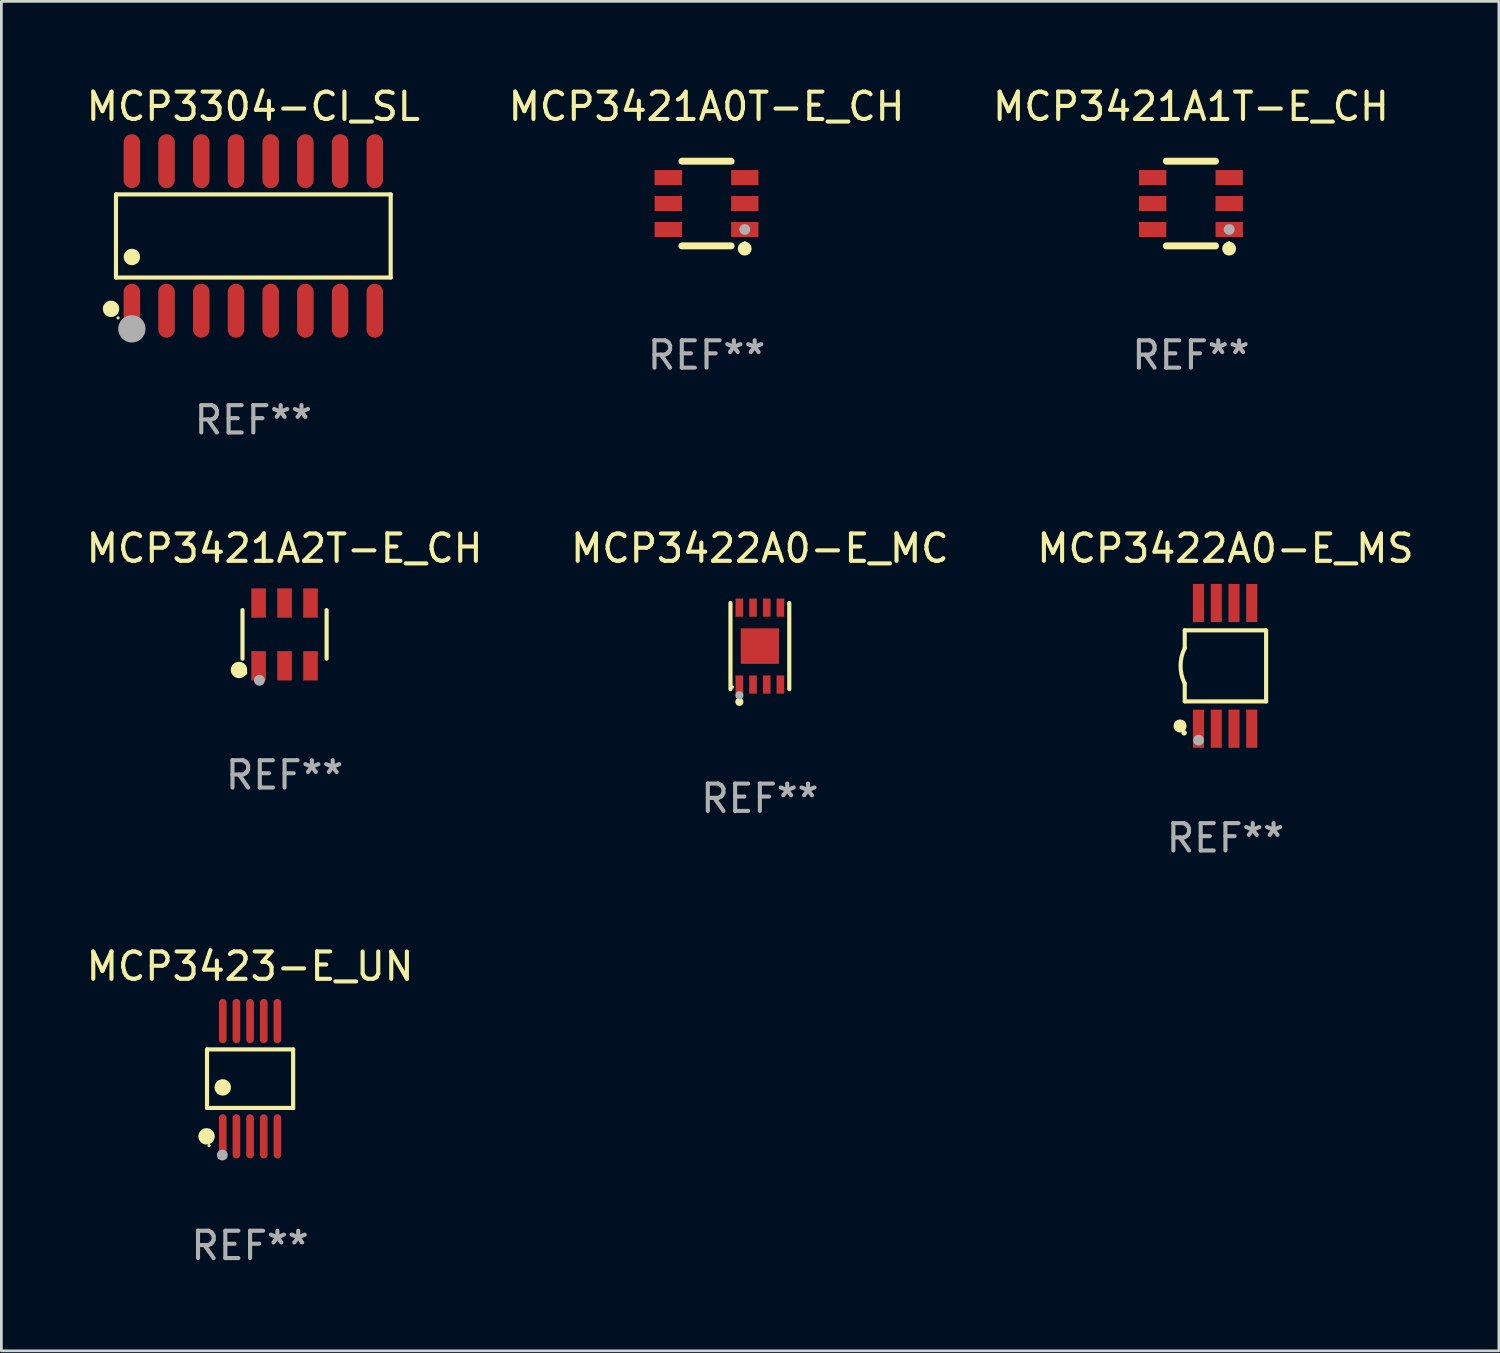
<source format=kicad_pcb>
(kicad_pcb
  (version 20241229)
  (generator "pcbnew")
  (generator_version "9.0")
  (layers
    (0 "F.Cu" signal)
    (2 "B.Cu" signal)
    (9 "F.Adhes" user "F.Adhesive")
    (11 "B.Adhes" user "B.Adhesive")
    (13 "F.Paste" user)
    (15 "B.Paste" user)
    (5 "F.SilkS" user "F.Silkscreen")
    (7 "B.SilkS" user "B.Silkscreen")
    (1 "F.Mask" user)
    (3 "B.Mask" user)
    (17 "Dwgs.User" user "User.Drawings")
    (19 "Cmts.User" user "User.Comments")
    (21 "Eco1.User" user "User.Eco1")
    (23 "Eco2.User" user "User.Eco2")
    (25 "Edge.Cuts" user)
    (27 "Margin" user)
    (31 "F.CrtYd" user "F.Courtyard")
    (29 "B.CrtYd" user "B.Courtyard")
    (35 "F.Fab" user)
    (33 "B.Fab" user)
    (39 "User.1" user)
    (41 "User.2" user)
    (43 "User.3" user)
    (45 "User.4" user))
  (footprint "MCP3422A0-E_MC"
    (layer "F.Cu")
    (at 24.756 20.592)
    (property "Reference" "MCP3422A0-E_MC" (at 0 -3.576 0) (layer "F.SilkS") (effects (font (size 1 1) (thickness 0.15))))
    (attr through_hole)
    (fp_line (start -1.076 1.576) (end -1.076 -1.576) (stroke (width 0.152) (type solid)) (layer "F.SilkS"))
    (fp_line (start 1.076 1.576) (end 1.076 -1.576) (stroke (width 0.152) (type solid)) (layer "F.SilkS"))
    (fp_circle (center -1 1.5) (end -0.97 1.5) (stroke (width 0.06) (type solid)) (fill no) (layer "F.SilkS"))
    (fp_circle (center -0.75 2.04) (end -0.675 2.04) (stroke (width 0.15) (type solid)) (fill no) (layer "F.SilkS"))
    (fp_circle (center -0.75 1.8) (end -0.675 1.8) (stroke (width 0.15) (type solid)) (fill no) (layer "F.Fab"))
    (fp_text user "REF**" (at 0 5.576 0) (layer "F.Fab") (effects (font (size 1 1) (thickness 0.15))))
    (pad "1" smd rect (at -0.75 1.407) (size 0.28 0.665) (layers "F.Cu" "F.Mask" "F.Paste"))
    (pad "2" smd rect (at -0.25 1.407) (size 0.28 0.665) (layers "F.Cu" "F.Mask" "F.Paste"))
    (pad "3" smd rect (at 0.25 1.407) (size 0.28 0.665) (layers "F.Cu" "F.Mask" "F.Paste"))
    (pad "4" smd rect (at 0.75 1.407) (size 0.28 0.665) (layers "F.Cu" "F.Mask" "F.Paste"))
    (pad "5" smd rect (at 0.75 -1.407) (size 0.28 0.665) (layers "F.Cu" "F.Mask" "F.Paste"))
    (pad "6" smd rect (at 0.25 -1.407) (size 0.28 0.665) (layers "F.Cu" "F.Mask" "F.Paste"))
    (pad "7" smd rect (at -0.25 -1.407) (size 0.28 0.665) (layers "F.Cu" "F.Mask" "F.Paste"))
    (pad "8" smd rect (at -0.75 -1.407) (size 0.28 0.665) (layers "F.Cu" "F.Mask" "F.Paste"))
    (pad "9" smd rect (at 0 0) (size 1.4 1.3) (layers "F.Cu" "F.Mask" "F.Paste")))
  (footprint "MCP3304-CI_SL"
    (layer "F.Cu")
    (at 6.22 5.584)
    (property "Reference" "MCP3304-CI_SL" (at 0 -4.736 0) (layer "F.SilkS") (effects (font (size 1 1) (thickness 0.15))))
    (attr through_hole)
    (fp_line (start -5.026 -1.521) (end 5.026 -1.521) (stroke (width 0.152) (type solid)) (layer "F.SilkS"))
    (fp_line (start -5.026 1.521) (end -5.026 -1.521) (stroke (width 0.152) (type solid)) (layer "F.SilkS"))
    (fp_line (start 5.026 -1.521) (end 5.026 1.521) (stroke (width 0.152) (type solid)) (layer "F.SilkS"))
    (fp_line (start 5.026 1.521) (end -5.026 1.521) (stroke (width 0.152) (type solid)) (layer "F.SilkS"))
    (fp_circle (center -5.207 2.667) (end -5.057 2.667) (stroke (width 0.3) (type solid)) (fill no) (layer "F.SilkS"))
    (fp_circle (center -4.95 3) (end -4.92 3) (stroke (width 0.06) (type solid)) (fill no) (layer "F.SilkS"))
    (fp_circle (center -4.445 0.769) (end -4.295 0.769) (stroke (width 0.3) (type solid)) (fill no) (layer "F.SilkS"))
    (fp_circle (center -4.445 3.4) (end -4.195 3.4) (stroke (width 0.5) (type solid)) (fill no) (layer "F.Fab"))
    (fp_text user "REF**" (at 0 6.736 0) (layer "F.Fab") (effects (font (size 1 1) (thickness 0.15))))
    (pad "1" smd oval (at -4.445 2.736) (size 0.602 1.971) (layers "F.Cu" "F.Mask" "F.Paste"))
    (pad "2" smd oval (at -3.175 2.736) (size 0.602 1.971) (layers "F.Cu" "F.Mask" "F.Paste"))
    (pad "3" smd oval (at -1.905 2.736) (size 0.602 1.971) (layers "F.Cu" "F.Mask" "F.Paste"))
    (pad "4" smd oval (at -0.635 2.736) (size 0.602 1.971) (layers "F.Cu" "F.Mask" "F.Paste"))
    (pad "5" smd oval (at 0.635 2.736) (size 0.602 1.971) (layers "F.Cu" "F.Mask" "F.Paste"))
    (pad "6" smd oval (at 1.905 2.736) (size 0.602 1.971) (layers "F.Cu" "F.Mask" "F.Paste"))
    (pad "7" smd oval (at 3.175 2.736) (size 0.602 1.971) (layers "F.Cu" "F.Mask" "F.Paste"))
    (pad "8" smd oval (at 4.445 2.736) (size 0.602 1.971) (layers "F.Cu" "F.Mask" "F.Paste"))
    (pad "9" smd oval (at 4.445 -2.736) (size 0.602 1.971) (layers "F.Cu" "F.Mask" "F.Paste"))
    (pad "10" smd oval (at 3.175 -2.736) (size 0.602 1.971) (layers "F.Cu" "F.Mask" "F.Paste"))
    (pad "11" smd oval (at 1.905 -2.736) (size 0.602 1.971) (layers "F.Cu" "F.Mask" "F.Paste"))
    (pad "12" smd oval (at 0.635 -2.736) (size 0.602 1.971) (layers "F.Cu" "F.Mask" "F.Paste"))
    (pad "13" smd oval (at -0.635 -2.736) (size 0.602 1.971) (layers "F.Cu" "F.Mask" "F.Paste"))
    (pad "14" smd oval (at -1.905 -2.736) (size 0.602 1.971) (layers "F.Cu" "F.Mask" "F.Paste"))
    (pad "15" smd oval (at -3.175 -2.736) (size 0.602 1.971) (layers "F.Cu" "F.Mask" "F.Paste"))
    (pad "16" smd oval (at -4.445 -2.736) (size 0.602 1.971) (layers "F.Cu" "F.Mask" "F.Paste")))
  (footprint "MCP3421A1T-E_CH"
    (layer "F.Cu")
    (at 40.53 4.398)
    (property "Reference" "MCP3421A1T-E_CH" (at 0 -3.55 0) (layer "F.SilkS") (effects (font (size 1 1) (thickness 0.15))))
    (attr through_hole)
    (fp_line (start -0.9 -1.55) (end 0.9 -1.55) (stroke (width 0.254) (type solid)) (layer "F.SilkS"))
    (fp_line (start -0.9 1.55) (end 0.9 1.55) (stroke (width 0.254) (type solid)) (layer "F.SilkS"))
    (fp_circle (center 1.397 1.651) (end 1.524 1.651) (stroke (width 0.254) (type solid)) (fill no) (layer "F.SilkS"))
    (fp_circle (center 1.4 1.435) (end 1.43 1.435) (stroke (width 0.06) (type solid)) (fill no) (layer "F.SilkS"))
    (fp_circle (center 1.4 0.95) (end 1.5 0.95) (stroke (width 0.2) (type solid)) (fill no) (layer "F.Fab"))
    (fp_text user "REF**" (at 0 5.55 0) (layer "F.Fab") (effects (font (size 1 1) (thickness 0.15))))
    (pad "1" smd rect (at 1.4 0.95) (size 1 0.55) (layers "F.Cu" "F.Mask" "F.Paste"))
    (pad "2" smd rect (at 1.4 -0.000102) (size 1 0.55) (layers "F.Cu" "F.Mask" "F.Paste"))
    (pad "3" smd rect (at 1.4 -0.95) (size 1 0.55) (layers "F.Cu" "F.Mask" "F.Paste"))
    (pad "4" smd rect (at -1.4 -0.95) (size 1 0.55) (layers "F.Cu" "F.Mask" "F.Paste"))
    (pad "5" smd rect (at -1.4 -0.000102) (size 1 0.55) (layers "F.Cu" "F.Mask" "F.Paste"))
    (pad "6" smd rect (at -1.4 0.95) (size 1 0.55) (layers "F.Cu" "F.Mask" "F.Paste")))
  (footprint "MCP3421A2T-E_CH"
    (layer "F.Cu")
    (at 7.363 20.165)
    (property "Reference" "MCP3421A2T-E_CH" (at 0 -3.149 0) (layer "F.SilkS") (effects (font (size 1 1) (thickness 0.15))))
    (attr through_hole)
    (fp_line (start -1.539 0.889) (end -1.539 -0.889) (stroke (width 0.152) (type solid)) (layer "F.SilkS"))
    (fp_line (start 1.539 0.889) (end 1.539 -0.889) (stroke (width 0.152) (type solid)) (layer "F.SilkS"))
    (fp_circle (center -1.668 1.301) (end -1.518 1.301) (stroke (width 0.3) (type solid)) (fill no) (layer "F.SilkS"))
    (fp_circle (center -1.463 1.4) (end -1.413 1.4) (stroke (width 0.1) (type solid)) (fill no) (layer "F.SilkS"))
    (fp_circle (center -0.92 1.68) (end -0.82 1.68) (stroke (width 0.2) (type solid)) (fill no) (layer "F.Fab"))
    (fp_text user "REF**" (at 0 5.149 0) (layer "F.Fab") (effects (font (size 1 1) (thickness 0.15))))
    (pad "1" smd rect (at -0.95 1.149) (size 0.532 1.072) (layers "F.Cu" "F.Mask" "F.Paste"))
    (pad "2" smd rect (at 0 1.149) (size 0.532 1.072) (layers "F.Cu" "F.Mask" "F.Paste"))
    (pad "3" smd rect (at 0.95 1.149) (size 0.532 1.072) (layers "F.Cu" "F.Mask" "F.Paste"))
    (pad "4" smd rect (at 0.95 -1.149) (size 0.532 1.072) (layers "F.Cu" "F.Mask" "F.Paste"))
    (pad "5" smd rect (at 0 -1.149) (size 0.532 1.072) (layers "F.Cu" "F.Mask" "F.Paste"))
    (pad "6" smd rect (at -0.95 -1.149) (size 0.532 1.072) (layers "F.Cu" "F.Mask" "F.Paste")))
  (footprint "MCP3421A0T-E_CH"
    (layer "F.Cu")
    (at 22.804 4.398)
    (property "Reference" "MCP3421A0T-E_CH" (at 0 -3.55 0) (layer "F.SilkS") (effects (font (size 1 1) (thickness 0.15))))
    (attr through_hole)
    (fp_line (start -0.9 -1.55) (end 0.9 -1.55) (stroke (width 0.254) (type solid)) (layer "F.SilkS"))
    (fp_line (start -0.9 1.55) (end 0.9 1.55) (stroke (width 0.254) (type solid)) (layer "F.SilkS"))
    (fp_circle (center 1.397 1.651) (end 1.524 1.651) (stroke (width 0.254) (type solid)) (fill no) (layer "F.SilkS"))
    (fp_circle (center 1.4 1.435) (end 1.43 1.435) (stroke (width 0.06) (type solid)) (fill no) (layer "F.SilkS"))
    (fp_circle (center 1.4 0.95) (end 1.5 0.95) (stroke (width 0.2) (type solid)) (fill no) (layer "F.Fab"))
    (fp_text user "REF**" (at 0 5.55 0) (layer "F.Fab") (effects (font (size 1 1) (thickness 0.15))))
    (pad "1" smd rect (at 1.4 0.95) (size 1 0.55) (layers "F.Cu" "F.Mask" "F.Paste"))
    (pad "2" smd rect (at 1.4 -0.000102) (size 1 0.55) (layers "F.Cu" "F.Mask" "F.Paste"))
    (pad "3" smd rect (at 1.4 -0.95) (size 1 0.55) (layers "F.Cu" "F.Mask" "F.Paste"))
    (pad "4" smd rect (at -1.4 -0.95) (size 1 0.55) (layers "F.Cu" "F.Mask" "F.Paste"))
    (pad "5" smd rect (at -1.4 -0.000102) (size 1 0.55) (layers "F.Cu" "F.Mask" "F.Paste"))
    (pad "6" smd rect (at -1.4 0.95) (size 1 0.55) (layers "F.Cu" "F.Mask" "F.Paste")))
  (footprint "MCP3423-E_UN"
    (layer "F.Cu")
    (at 6.101 36.422)
    (property "Reference" "MCP3423-E_UN" (at 0 -4.11 0) (layer "F.SilkS") (effects (font (size 1 1) (thickness 0.15))))
    (attr through_hole)
    (fp_line (start -1.576 -1.071) (end 1.576 -1.071) (stroke (width 0.152) (type solid)) (layer "F.SilkS"))
    (fp_line (start -1.576 1.071) (end -1.576 -1.071) (stroke (width 0.152) (type solid)) (layer "F.SilkS"))
    (fp_line (start 1.576 -1.071) (end 1.576 1.071) (stroke (width 0.152) (type solid)) (layer "F.SilkS"))
    (fp_line (start 1.576 1.071) (end -1.576 1.071) (stroke (width 0.152) (type solid)) (layer "F.SilkS"))
    (fp_circle (center -1.592 2.11) (end -1.442 2.11) (stroke (width 0.3) (type solid)) (fill no) (layer "F.SilkS"))
    (fp_circle (center -1.5 2.45) (end -1.47 2.45) (stroke (width 0.06) (type solid)) (fill no) (layer "F.SilkS"))
    (fp_circle (center -1 0.319) (end -0.85 0.319) (stroke (width 0.3) (type solid)) (fill no) (layer "F.SilkS"))
    (fp_circle (center -1.016 2.794) (end -0.916 2.794) (stroke (width 0.2) (type solid)) (fill no) (layer "F.Fab"))
    (fp_text user "REF**" (at 0 6.11 0) (layer "F.Fab") (effects (font (size 1 1) (thickness 0.15))))
    (pad "1" smd oval (at -1 2.11) (size 0.28 1.62) (layers "F.Cu" "F.Mask" "F.Paste"))
    (pad "2" smd oval (at -0.5 2.11) (size 0.28 1.62) (layers "F.Cu" "F.Mask" "F.Paste"))
    (pad "3" smd oval (at 0 2.11) (size 0.28 1.62) (layers "F.Cu" "F.Mask" "F.Paste"))
    (pad "4" smd oval (at 0.5 2.11) (size 0.28 1.62) (layers "F.Cu" "F.Mask" "F.Paste"))
    (pad "5" smd oval (at 1 2.11) (size 0.28 1.62) (layers "F.Cu" "F.Mask" "F.Paste"))
    (pad "6" smd oval (at 1 -2.11) (size 0.28 1.62) (layers "F.Cu" "F.Mask" "F.Paste"))
    (pad "7" smd oval (at 0.5 -2.11) (size 0.28 1.62) (layers "F.Cu" "F.Mask" "F.Paste"))
    (pad "8" smd oval (at 0 -2.11) (size 0.28 1.62) (layers "F.Cu" "F.Mask" "F.Paste"))
    (pad "9" smd oval (at -0.5 -2.11) (size 0.28 1.62) (layers "F.Cu" "F.Mask" "F.Paste"))
    (pad "10" smd oval (at -1 -2.11) (size 0.28 1.62) (layers "F.Cu" "F.Mask" "F.Paste")))
  (footprint "MCP3422A0-E_MS"
    (layer "F.Cu")
    (at 41.792 21.316)
    (property "Reference" "MCP3422A0-E_MS" (at 0 -4.3 0) (layer "F.SilkS") (effects (font (size 1 1) (thickness 0.15))))
    (attr through_hole)
    (fp_line (start -1.489 -1.3) (end -1.489 -0.648) (stroke (width 0.15) (type solid)) (layer "F.SilkS"))
    (fp_line (start -1.489 0.648) (end -1.489 1.3) (stroke (width 0.15) (type solid)) (layer "F.SilkS"))
    (fp_line (start -1.489 1.3) (end 1.489 1.3) (stroke (width 0.15) (type solid)) (layer "F.SilkS"))
    (fp_line (start 1.489 -1.3) (end -1.489 -1.3) (stroke (width 0.15) (type solid)) (layer "F.SilkS"))
    (fp_line (start 1.489 1.3) (end 1.489 -1.3) (stroke (width 0.15) (type solid)) (layer "F.SilkS"))
    (fp_arc (start -1.489205 0.647702) (mid -1.642107 0) (end -1.489205 -0.647701) (stroke (width 0.150013) (type solid)) (layer "F.SilkS"))
    (fp_circle (center -1.661 2.2) (end -1.541 2.2) (stroke (width 0.24) (type solid)) (fill no) (layer "F.SilkS"))
    (fp_circle (center -1.511 2.45) (end -1.461 2.45) (stroke (width 0.1) (type solid)) (fill no) (layer "F.SilkS"))
    (fp_circle (center -0.981 2.72) (end -0.881 2.72) (stroke (width 0.2) (type solid)) (fill no) (layer "F.Fab"))
    (fp_text user "REF**" (at 0 6.3 0) (layer "F.Fab") (effects (font (size 1 1) (thickness 0.15))))
    (pad "1" smd rect (at -0.986 2.3) (size 0.406 1.397) (layers "F.Cu" "F.Mask" "F.Paste"))
    (pad "2" smd rect (at -0.336 2.3) (size 0.406 1.397) (layers "F.Cu" "F.Mask" "F.Paste"))
    (pad "3" smd rect (at 0.314 2.3) (size 0.406 1.397) (layers "F.Cu" "F.Mask" "F.Paste"))
    (pad "4" smd rect (at 0.964 2.3) (size 0.406 1.397) (layers "F.Cu" "F.Mask" "F.Paste"))
    (pad "5" smd rect (at 0.964 -2.3) (size 0.406 1.397) (layers "F.Cu" "F.Mask" "F.Paste"))
    (pad "6" smd rect (at 0.314 -2.3) (size 0.406 1.397) (layers "F.Cu" "F.Mask" "F.Paste"))
    (pad "7" smd rect (at -0.336 -2.3) (size 0.406 1.397) (layers "F.Cu" "F.Mask" "F.Paste"))
    (pad "8" smd rect (at -0.986 -2.3) (size 0.406 1.397) (layers "F.Cu" "F.Mask" "F.Paste")))
  (gr_rect
    (start -3 -3)
    (end 51.798 46.381)
    (stroke (width 0.1) (type default))
    (fill no)
    (layer "Edge.Cuts")))
</source>
